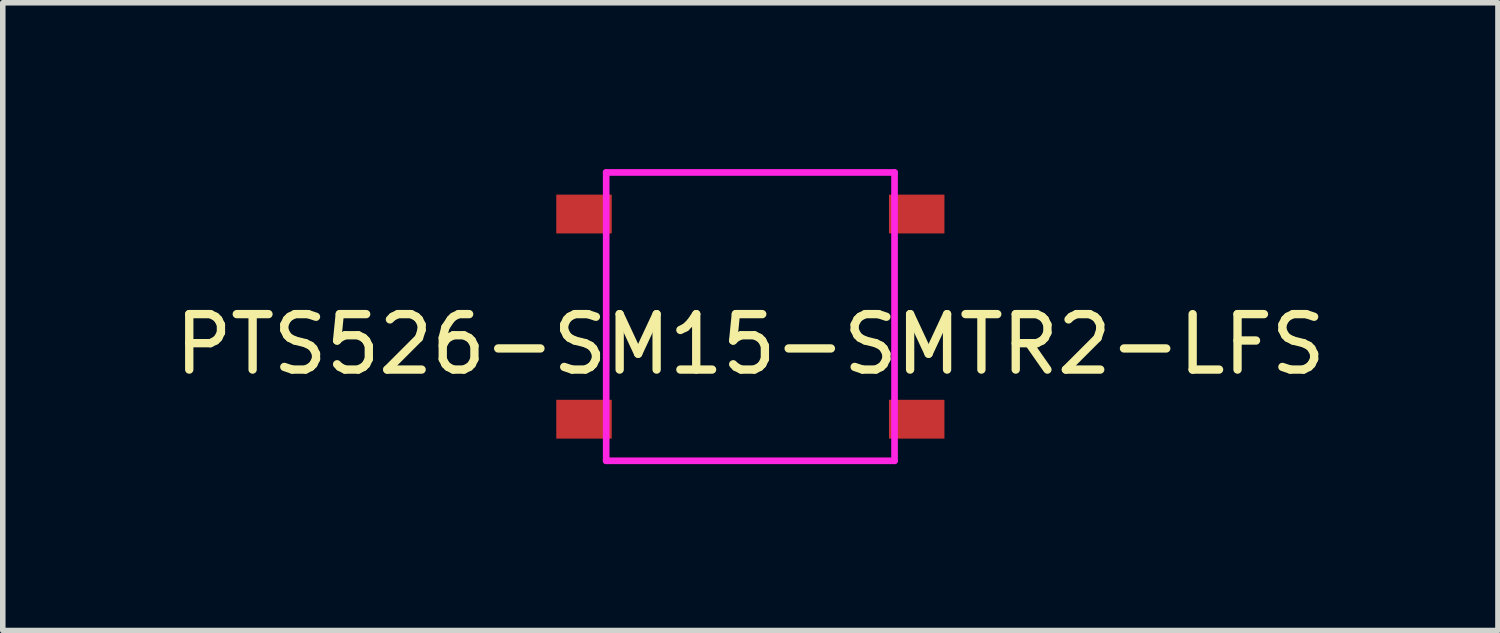
<source format=kicad_pcb>
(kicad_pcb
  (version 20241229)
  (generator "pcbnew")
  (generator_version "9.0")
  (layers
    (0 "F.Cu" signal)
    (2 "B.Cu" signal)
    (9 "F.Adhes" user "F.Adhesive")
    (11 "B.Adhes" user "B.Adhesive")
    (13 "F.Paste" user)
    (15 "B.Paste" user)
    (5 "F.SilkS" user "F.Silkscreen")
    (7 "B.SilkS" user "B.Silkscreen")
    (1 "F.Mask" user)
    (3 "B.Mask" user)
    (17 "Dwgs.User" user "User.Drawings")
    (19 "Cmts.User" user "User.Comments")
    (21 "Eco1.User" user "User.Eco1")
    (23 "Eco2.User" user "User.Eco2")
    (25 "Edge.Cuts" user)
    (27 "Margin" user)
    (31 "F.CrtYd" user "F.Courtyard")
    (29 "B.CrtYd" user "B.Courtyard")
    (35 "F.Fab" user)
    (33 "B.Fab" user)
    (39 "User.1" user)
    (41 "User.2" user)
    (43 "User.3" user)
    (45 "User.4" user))
  (footprint "PTS526-SM15-SMTR2-LFS"
    (layer "F.Cu")
    (at 10.482 2.66)
    (property "Reference" "PTS526-SM15-SMTR2-LFS" (at 0 0.5 0) (layer "F.SilkS") (effects (font (size 1 1) (thickness 0.15))))
    (attr through_hole)
    (fp_line (start -2.6 -2.6) (end -2.6 2.6) (stroke (width 0.12) (type solid)) (layer "F.CrtYd"))
    (fp_line (start -2.6 -2.6) (end 2.6 -2.6) (stroke (width 0.12) (type solid)) (layer "F.CrtYd"))
    (fp_line (start 2.6 -2.6) (end 2.6 2.6) (stroke (width 0.12) (type solid)) (layer "F.CrtYd"))
    (fp_line (start 2.6 2.6) (end -2.6 2.6) (stroke (width 0.12) (type solid)) (layer "F.CrtYd"))
    (pad "1" smd rect (at -3 -1.85) (size 1 0.7) (layers "F.Cu" "F.Mask" "F.Paste"))
    (pad "1" smd rect (at 3 -1.85) (size 1 0.7) (layers "F.Cu" "F.Mask" "F.Paste"))
    (pad "2" smd rect (at -3 1.85) (size 1 0.7) (layers "F.Cu" "F.Mask" "F.Paste"))
    (pad "2" smd rect (at 3 1.85) (size 1 0.7) (layers "F.Cu" "F.Mask" "F.Paste")))
  (gr_rect
    (start -3 -3)
    (end 23.964 8.32)
    (stroke (width 0.1) (type default))
    (fill no)
    (layer "Edge.Cuts")))
</source>
